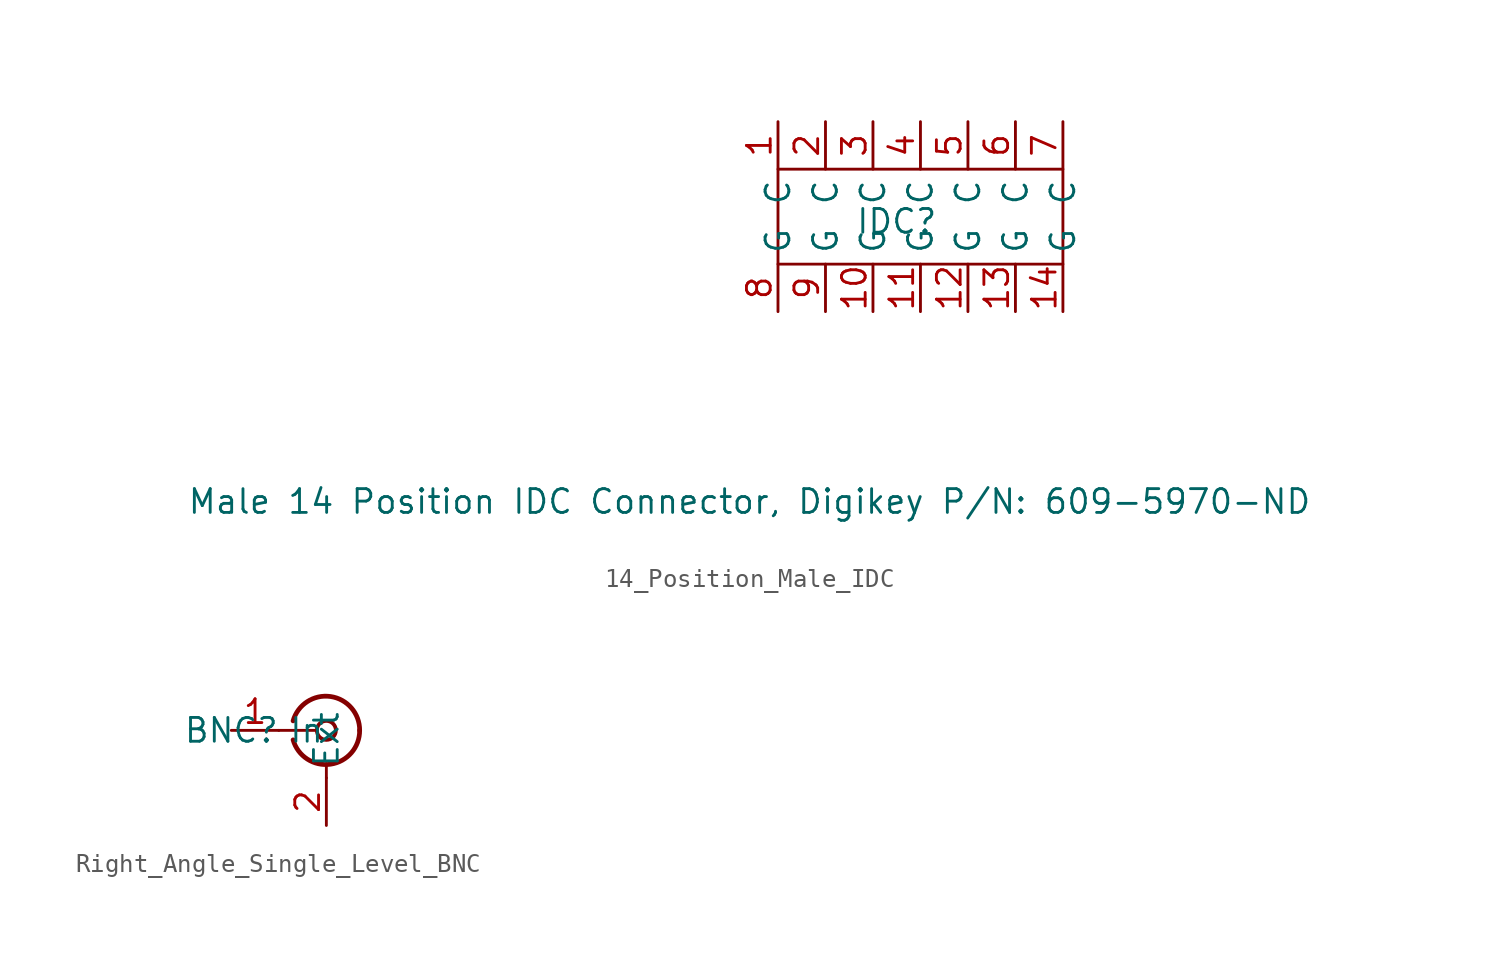
<source format=kicad_sym>
(kicad_symbol_lib
  (version 20220914)
  (generator kicad_symbol_editor)
  (symbol "14_Position_Male_IDC"
    (property "Reference" "IDC"
      (at 6.35 -2.794 0)
      (effects (font (size 1.27 1.27))))
    (property "Value" "Male 14 Position IDC Connector, Digikey P/N: 609-5970-ND"
      (at -1.524 -17.78 0)
      (effects (font (size 1.27 1.27))))
    (symbol "14_Position_Male_IDC_0_1"
      (rectangle (start 0 0) (end 15.24 -5.08) (stroke (width 0) (type default)) (fill (type none))))
    (symbol "14_Position_Male_IDC_1_1"
      (pin passive line (at 0 2.54 270) (length 2.54) (name "C" (effects (font (size 1.27 1.27)))) (number "1" (effects (font (size 1.27 1.27)))))
      (pin passive line (at 5.08 -7.62 90) (length 2.54) (name "G" (effects (font (size 1.27 1.27)))) (number "10" (effects (font (size 1.27 1.27)))))
      (pin passive line (at 7.62 -7.62 90) (length 2.54) (name "G" (effects (font (size 1.27 1.27)))) (number "11" (effects (font (size 1.27 1.27)))))
      (pin passive line (at 10.16 -7.62 90) (length 2.54) (name "G" (effects (font (size 1.27 1.27)))) (number "12" (effects (font (size 1.27 1.27)))))
      (pin passive line (at 12.7 -7.62 90) (length 2.54) (name "G" (effects (font (size 1.27 1.27)))) (number "13" (effects (font (size 1.27 1.27)))))
      (pin passive line (at 15.24 -7.62 90) (length 2.54) (name "G" (effects (font (size 1.27 1.27)))) (number "14" (effects (font (size 1.27 1.27)))))
      (pin passive line (at 2.54 2.54 270) (length 2.54) (name "C" (effects (font (size 1.27 1.27)))) (number "2" (effects (font (size 1.27 1.27)))))
      (pin passive line (at 5.08 2.54 270) (length 2.54) (name "C" (effects (font (size 1.27 1.27)))) (number "3" (effects (font (size 1.27 1.27)))))
      (pin passive line (at 7.62 2.54 270) (length 2.54) (name "C" (effects (font (size 1.27 1.27)))) (number "4" (effects (font (size 1.27 1.27)))))
      (pin passive line (at 10.16 2.54 270) (length 2.54) (name "C" (effects (font (size 1.27 1.27)))) (number "5" (effects (font (size 1.27 1.27)))))
      (pin passive line (at 12.7 2.54 270) (length 2.54) (name "C" (effects (font (size 1.27 1.27)))) (number "6" (effects (font (size 1.27 1.27)))))
      (pin passive line (at 15.24 2.54 270) (length 2.54) (name "C" (effects (font (size 1.27 1.27)))) (number "7" (effects (font (size 1.27 1.27)))))
      (pin passive line (at 0 -7.62 90) (length 2.54) (name "G" (effects (font (size 1.27 1.27)))) (number "8" (effects (font (size 1.27 1.27)))))
      (pin passive line (at 2.54 -7.62 90) (length 2.54) (name "G" (effects (font (size 1.27 1.27)))) (number "9" (effects (font (size 1.27 1.27)))))))
  (symbol "Right_Angle_Single_Level_BNC"
    (property "Reference" "BNC"
      (at 0 0 0)
      (effects (font (size 1.27 1.27))))
    (symbol "Right_Angle_Single_Level_BNC_0_1"
      (polyline (pts (xy 2.54 0) (xy 4.572 0)) (stroke (width 0) (type default)) (fill (type none)))
      (polyline (pts (xy 5.08 -2.54) (xy 5.08 -1.778)) (stroke (width 0) (type default)) (fill (type none)))
      (arc (start 3.302 -0.508) (mid 5.302 -1.808) (end 6.858 0) (stroke (width 0.254) (type default)) (fill (type none)))
      (circle (center 5.08 0) (radius 0.508) (stroke (width 0.203) (type default)) (fill (type none)))
      (arc (start 6.858 0) (mid 5.3021 1.8083) (end 3.302 0.508) (stroke (width 0.254) (type default)) (fill (type none))))
    (symbol "Right_Angle_Single_Level_BNC_1_1"
      (pin passive line (at 0 0 0) (length 2.54) (name "In" (effects (font (size 1.27 1.27)))) (number "1" (effects (font (size 1.27 1.27)))))
      (pin passive line (at 5.08 -5.08 90) (length 2.54) (name "Ext" (effects (font (size 1.27 1.27)))) (number "2" (effects (font (size 1.27 1.27))))))))
</source>
